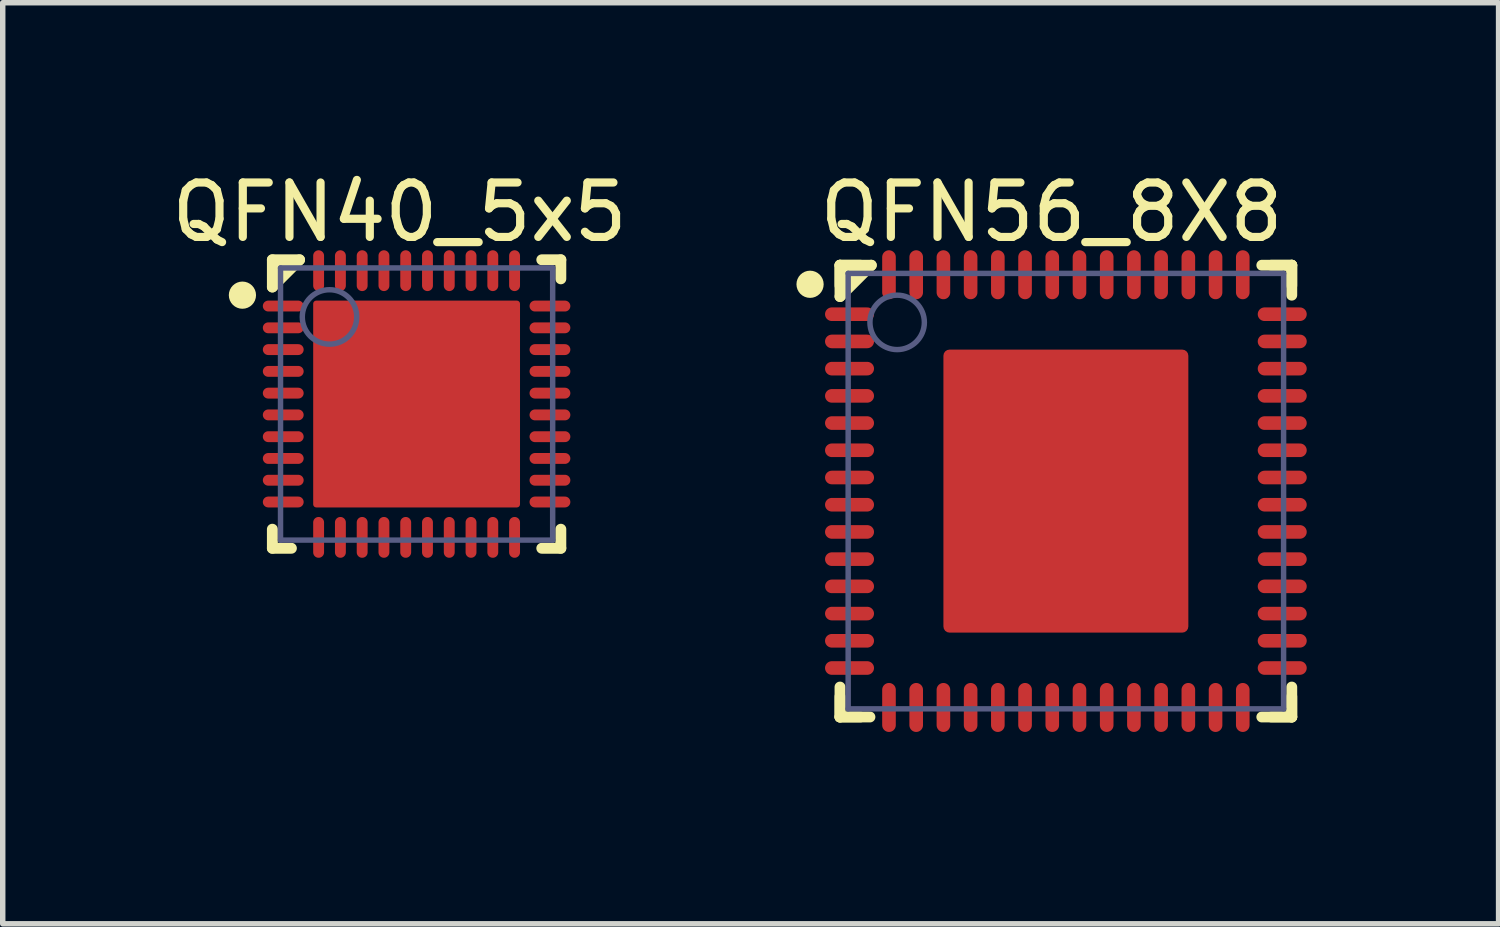
<source format=kicad_pcb>
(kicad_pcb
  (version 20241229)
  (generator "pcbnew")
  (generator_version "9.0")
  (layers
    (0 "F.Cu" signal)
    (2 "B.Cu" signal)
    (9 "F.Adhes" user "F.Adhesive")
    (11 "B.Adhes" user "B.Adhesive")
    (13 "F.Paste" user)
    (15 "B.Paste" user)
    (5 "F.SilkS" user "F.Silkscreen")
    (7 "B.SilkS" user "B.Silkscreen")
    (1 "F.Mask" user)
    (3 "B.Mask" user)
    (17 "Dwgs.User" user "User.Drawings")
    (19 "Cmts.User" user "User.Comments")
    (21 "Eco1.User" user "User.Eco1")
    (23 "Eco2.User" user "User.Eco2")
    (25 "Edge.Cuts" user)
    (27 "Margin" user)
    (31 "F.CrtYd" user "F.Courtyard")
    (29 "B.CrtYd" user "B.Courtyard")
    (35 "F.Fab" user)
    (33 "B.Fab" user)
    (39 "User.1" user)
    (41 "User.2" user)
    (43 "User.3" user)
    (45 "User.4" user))
  (footprint "QFN40_5x5"
    (layer "F.Cu")
    (at 4.604 4.373)
    (property "Reference" "QFN40_5x5" (at -0.312 -3.525 0) (layer "F.SilkS") (effects (font (size 1 1) (thickness 0.15))))
    (fp_line (start -2.65 -2.65) (end -2.15 -2.65) (stroke (width 0.2) (type solid)) (layer "F.SilkS"))
    (fp_line (start -2.65 -2.15) (end -2.65 -2.65) (stroke (width 0.2) (type solid)) (layer "F.SilkS"))
    (fp_line (start -2.65 -2.15) (end -2.15 -2.65) (stroke (width 0.2) (type solid)) (layer "F.SilkS"))
    (fp_line (start -2.65 2.65) (end -2.65 2.3) (stroke (width 0.2) (type solid)) (layer "F.SilkS"))
    (fp_line (start -2.65 2.65) (end -2.3 2.65) (stroke (width 0.2) (type solid)) (layer "F.SilkS"))
    (fp_line (start 2.3 -2.65) (end 2.65 -2.65) (stroke (width 0.2) (type solid)) (layer "F.SilkS"))
    (fp_line (start 2.3 2.65) (end 2.65 2.65) (stroke (width 0.2) (type solid)) (layer "F.SilkS"))
    (fp_line (start 2.65 -2.3) (end 2.65 -2.65) (stroke (width 0.2) (type solid)) (layer "F.SilkS"))
    (fp_line (start 2.65 2.65) (end 2.65 2.3) (stroke (width 0.2) (type solid)) (layer "F.SilkS"))
    (fp_circle (center -3.2 -2) (end -3.2 -2.125) (stroke (width 0.25) (type solid)) (fill no) (layer "F.SilkS"))
    (fp_poly (pts (xy -2.65 -2.65) (xy -2.15 -2.65) (xy -2.65 -2.15)) (stroke (width 0) (type default)) (fill yes) (layer "F.SilkS"))
    (fp_line (start -3.075 -3.075) (end 3.075 -3.075) (stroke (width 0.05) (type solid)) (layer "Eco2.User"))
    (fp_line (start -3.075 3.075) (end -3.075 -3.075) (stroke (width 0.05) (type solid)) (layer "Eco2.User"))
    (fp_line (start -3.075 3.075) (end 3.075 3.075) (stroke (width 0.05) (type solid)) (layer "Eco2.User"))
    (fp_line (start -0.5 0) (end 0.5 0) (stroke (width 0.1) (type solid)) (layer "Eco2.User"))
    (fp_line (start 0 0.5) (end 0 -0.5) (stroke (width 0.1) (type solid)) (layer "Eco2.User"))
    (fp_line (start 3.075 3.075) (end 3.075 -3.075) (stroke (width 0.05) (type solid)) (layer "Eco2.User"))
    (fp_line (start -2.5 -2.5) (end 2.5 -2.5) (stroke (width 0.1) (type solid)) (layer "B.Fab"))
    (fp_line (start -2.5 2.5) (end -2.5 -2.5) (stroke (width 0.1) (type solid)) (layer "B.Fab"))
    (fp_line (start -2.5 2.5) (end 2.5 2.5) (stroke (width 0.1) (type solid)) (layer "B.Fab"))
    (fp_line (start 2.5 2.5) (end 2.5 -2.5) (stroke (width 0.1) (type solid)) (layer "B.Fab"))
    (fp_circle (center -1.6 -1.6) (end -1.6 -2.1) (stroke (width 0.1) (type solid)) (fill no) (layer "B.Fab"))
    (pad "1" smd oval (at -2.45 -1.8 90) (size 0.2 0.75) (layers "F.Cu" "F.Mask" "F.Paste"))
    (pad "2" smd oval (at -2.45 -1.4 90) (size 0.2 0.75) (layers "F.Cu" "F.Mask" "F.Paste"))
    (pad "3" smd oval (at -2.45 -1 90) (size 0.2 0.75) (layers "F.Cu" "F.Mask" "F.Paste"))
    (pad "4" smd oval (at -2.45 -0.6 90) (size 0.2 0.75) (layers "F.Cu" "F.Mask" "F.Paste"))
    (pad "5" smd oval (at -2.45 -0.2 90) (size 0.2 0.75) (layers "F.Cu" "F.Mask" "F.Paste"))
    (pad "6" smd oval (at -2.45 0.2 90) (size 0.2 0.75) (layers "F.Cu" "F.Mask" "F.Paste"))
    (pad "7" smd oval (at -2.45 0.6 90) (size 0.2 0.75) (layers "F.Cu" "F.Mask" "F.Paste"))
    (pad "8" smd oval (at -2.45 1 90) (size 0.2 0.75) (layers "F.Cu" "F.Mask" "F.Paste"))
    (pad "9" smd oval (at -2.45 1.4 90) (size 0.2 0.75) (layers "F.Cu" "F.Mask" "F.Paste"))
    (pad "10" smd oval (at -2.45 1.8 90) (size 0.2 0.75) (layers "F.Cu" "F.Mask" "F.Paste"))
    (pad "11" smd oval (at -1.8 2.45) (size 0.2 0.75) (layers "F.Cu" "F.Mask" "F.Paste"))
    (pad "12" smd oval (at -1.4 2.45) (size 0.2 0.75) (layers "F.Cu" "F.Mask" "F.Paste"))
    (pad "13" smd oval (at -1 2.45) (size 0.2 0.75) (layers "F.Cu" "F.Mask" "F.Paste"))
    (pad "14" smd oval (at -0.6 2.45) (size 0.2 0.75) (layers "F.Cu" "F.Mask" "F.Paste"))
    (pad "15" smd oval (at -0.2 2.45) (size 0.2 0.75) (layers "F.Cu" "F.Mask" "F.Paste"))
    (pad "16" smd oval (at 0.2 2.45) (size 0.2 0.75) (layers "F.Cu" "F.Mask" "F.Paste"))
    (pad "17" smd oval (at 0.6 2.45) (size 0.2 0.75) (layers "F.Cu" "F.Mask" "F.Paste"))
    (pad "18" smd oval (at 1 2.45) (size 0.2 0.75) (layers "F.Cu" "F.Mask" "F.Paste"))
    (pad "19" smd oval (at 1.4 2.45) (size 0.2 0.75) (layers "F.Cu" "F.Mask" "F.Paste"))
    (pad "20" smd oval (at 1.8 2.45) (size 0.2 0.75) (layers "F.Cu" "F.Mask" "F.Paste"))
    (pad "21" smd oval (at 2.45 1.8 90) (size 0.2 0.75) (layers "F.Cu" "F.Mask" "F.Paste"))
    (pad "22" smd oval (at 2.45 1.4 90) (size 0.2 0.75) (layers "F.Cu" "F.Mask" "F.Paste"))
    (pad "23" smd oval (at 2.45 1 90) (size 0.2 0.75) (layers "F.Cu" "F.Mask" "F.Paste"))
    (pad "24" smd oval (at 2.45 0.6 90) (size 0.2 0.75) (layers "F.Cu" "F.Mask" "F.Paste"))
    (pad "25" smd oval (at 2.45 0.2 90) (size 0.2 0.75) (layers "F.Cu" "F.Mask" "F.Paste"))
    (pad "26" smd oval (at 2.45 -0.2 90) (size 0.2 0.75) (layers "F.Cu" "F.Mask" "F.Paste"))
    (pad "27" smd oval (at 2.45 -0.6 90) (size 0.2 0.75) (layers "F.Cu" "F.Mask" "F.Paste"))
    (pad "28" smd oval (at 2.45 -1 90) (size 0.2 0.75) (layers "F.Cu" "F.Mask" "F.Paste"))
    (pad "29" smd oval (at 2.45 -1.4 90) (size 0.2 0.75) (layers "F.Cu" "F.Mask" "F.Paste"))
    (pad "30" smd oval (at 2.45 -1.8 90) (size 0.2 0.75) (layers "F.Cu" "F.Mask" "F.Paste"))
    (pad "31" smd oval (at 1.8 -2.45) (size 0.2 0.75) (layers "F.Cu" "F.Mask" "F.Paste"))
    (pad "32" smd oval (at 1.4 -2.45) (size 0.2 0.75) (layers "F.Cu" "F.Mask" "F.Paste"))
    (pad "33" smd oval (at 1 -2.45) (size 0.2 0.75) (layers "F.Cu" "F.Mask" "F.Paste"))
    (pad "34" smd oval (at 0.6 -2.45) (size 0.2 0.75) (layers "F.Cu" "F.Mask" "F.Paste"))
    (pad "35" smd oval (at 0.2 -2.45) (size 0.2 0.75) (layers "F.Cu" "F.Mask" "F.Paste"))
    (pad "36" smd oval (at -0.2 -2.45) (size 0.2 0.75) (layers "F.Cu" "F.Mask" "F.Paste"))
    (pad "37" smd oval (at -0.6 -2.45) (size 0.2 0.75) (layers "F.Cu" "F.Mask" "F.Paste"))
    (pad "38" smd oval (at -1 -2.45) (size 0.2 0.75) (layers "F.Cu" "F.Mask" "F.Paste"))
    (pad "39" smd oval (at -1.4 -2.45) (size 0.2 0.75) (layers "F.Cu" "F.Mask" "F.Paste"))
    (pad "40" smd oval (at -1.8 -2.45) (size 0.2 0.75) (layers "F.Cu" "F.Mask" "F.Paste"))
    (pad "41" smd roundrect (at 0 0) (size 3.8 3.8) (layers "F.Cu" "F.Mask" "F.Paste") (roundrect_rratio 0.015)))
  (footprint "QFN56_8X8"
    (layer "F.Cu")
    (at 16.533 5.973)
    (property "Reference" "QFN56_8X8" (at -0.263 -5.125 0) (layer "F.SilkS") (effects (font (size 1 1) (thickness 0.15))))
    (fp_line (start -4.15 -4.15) (end -3.775 -4.15) (stroke (width 0.2) (type solid)) (layer "F.SilkS"))
    (fp_line (start -4.15 -4.15) (end -3.575 -4.15) (stroke (width 0.2) (type solid)) (layer "F.SilkS"))
    (fp_line (start -4.15 -3.775) (end -4.15 -4.15) (stroke (width 0.2) (type solid)) (layer "F.SilkS"))
    (fp_line (start -4.15 -3.575) (end -4.15 -4.15) (stroke (width 0.2) (type solid)) (layer "F.SilkS"))
    (fp_line (start -4.15 -3.575) (end -3.575 -4.15) (stroke (width 0.2) (type solid)) (layer "F.SilkS"))
    (fp_line (start -4.15 4.15) (end -4.15 3.6) (stroke (width 0.2) (type solid)) (layer "F.SilkS"))
    (fp_line (start -4.15 4.15) (end -4.15 3.775) (stroke (width 0.2) (type solid)) (layer "F.SilkS"))
    (fp_line (start -4.15 4.15) (end -3.775 4.15) (stroke (width 0.2) (type solid)) (layer "F.SilkS"))
    (fp_line (start -4.15 4.15) (end -3.6 4.15) (stroke (width 0.2) (type solid)) (layer "F.SilkS"))
    (fp_line (start 3.6 -4.15) (end 4.15 -4.15) (stroke (width 0.2) (type solid)) (layer "F.SilkS"))
    (fp_line (start 3.6 4.15) (end 4.15 4.15) (stroke (width 0.2) (type solid)) (layer "F.SilkS"))
    (fp_line (start 3.775 -4.15) (end 4.15 -4.15) (stroke (width 0.2) (type solid)) (layer "F.SilkS"))
    (fp_line (start 3.775 4.15) (end 4.15 4.15) (stroke (width 0.2) (type solid)) (layer "F.SilkS"))
    (fp_line (start 4.15 -3.775) (end 4.15 -4.15) (stroke (width 0.2) (type solid)) (layer "F.SilkS"))
    (fp_line (start 4.15 -3.6) (end 4.15 -4.15) (stroke (width 0.2) (type solid)) (layer "F.SilkS"))
    (fp_line (start 4.15 4.15) (end 4.15 3.6) (stroke (width 0.2) (type solid)) (layer "F.SilkS"))
    (fp_line (start 4.15 4.15) (end 4.15 3.775) (stroke (width 0.2) (type solid)) (layer "F.SilkS"))
    (fp_circle (center -4.7 -3.8) (end -4.7 -3.925) (stroke (width 0.25) (type solid)) (fill no) (layer "F.SilkS"))
    (fp_poly (pts (xy -4.15 -3.5) (xy -4.15 -4.15) (xy -3.5 -4.15)) (stroke (width 0) (type default)) (fill yes) (layer "F.SilkS"))
    (fp_line (start -4.925 -4.925) (end 4.925 -4.925) (stroke (width 0.05) (type solid)) (layer "Eco2.User"))
    (fp_line (start -4.925 4.925) (end -4.925 -4.925) (stroke (width 0.05) (type solid)) (layer "Eco2.User"))
    (fp_line (start -4.925 4.925) (end 4.925 4.925) (stroke (width 0.05) (type solid)) (layer "Eco2.User"))
    (fp_line (start -0.5 0) (end 0.5 0) (stroke (width 0.1) (type solid)) (layer "Eco2.User"))
    (fp_line (start 0 0.5) (end 0 -0.5) (stroke (width 0.1) (type solid)) (layer "Eco2.User"))
    (fp_line (start 4.925 4.925) (end 4.925 -4.925) (stroke (width 0.05) (type solid)) (layer "Eco2.User"))
    (fp_line (start -4 -4) (end 4 -4) (stroke (width 0.1) (type solid)) (layer "B.Fab"))
    (fp_line (start -4 4) (end -4 -4) (stroke (width 0.1) (type solid)) (layer "B.Fab"))
    (fp_line (start -4 4) (end 4 4) (stroke (width 0.1) (type solid)) (layer "B.Fab"))
    (fp_line (start 4 4) (end 4 -4) (stroke (width 0.1) (type solid)) (layer "B.Fab"))
    (fp_circle (center -3.1 -3.1) (end -3.1 -3.6) (stroke (width 0.1) (type solid)) (fill no) (layer "B.Fab"))
    (pad "1" smd oval (at -3.975 -3.25 90) (size 0.25 0.9) (layers "F.Cu" "F.Mask" "F.Paste"))
    (pad "2" smd oval (at -3.975 -2.75 90) (size 0.25 0.9) (layers "F.Cu" "F.Mask" "F.Paste"))
    (pad "3" smd oval (at -3.975 -2.25 90) (size 0.25 0.9) (layers "F.Cu" "F.Mask" "F.Paste"))
    (pad "4" smd oval (at -3.975 -1.75 90) (size 0.25 0.9) (layers "F.Cu" "F.Mask" "F.Paste"))
    (pad "5" smd oval (at -3.975 -1.25 90) (size 0.25 0.9) (layers "F.Cu" "F.Mask" "F.Paste"))
    (pad "6" smd oval (at -3.975 -0.75 90) (size 0.25 0.9) (layers "F.Cu" "F.Mask" "F.Paste"))
    (pad "7" smd oval (at -3.975 -0.25 90) (size 0.25 0.9) (layers "F.Cu" "F.Mask" "F.Paste"))
    (pad "8" smd oval (at -3.975 0.25 90) (size 0.25 0.9) (layers "F.Cu" "F.Mask" "F.Paste"))
    (pad "9" smd oval (at -3.975 0.75 90) (size 0.25 0.9) (layers "F.Cu" "F.Mask" "F.Paste"))
    (pad "10" smd oval (at -3.975 1.25 90) (size 0.25 0.9) (layers "F.Cu" "F.Mask" "F.Paste"))
    (pad "11" smd oval (at -3.975 1.75 90) (size 0.25 0.9) (layers "F.Cu" "F.Mask" "F.Paste"))
    (pad "12" smd oval (at -3.975 2.25 90) (size 0.25 0.9) (layers "F.Cu" "F.Mask" "F.Paste"))
    (pad "13" smd oval (at -3.975 2.75 90) (size 0.25 0.9) (layers "F.Cu" "F.Mask" "F.Paste"))
    (pad "14" smd oval (at -3.975 3.25 90) (size 0.25 0.9) (layers "F.Cu" "F.Mask" "F.Paste"))
    (pad "15" smd oval (at -3.25 3.975) (size 0.25 0.9) (layers "F.Cu" "F.Mask" "F.Paste"))
    (pad "16" smd oval (at -2.75 3.975) (size 0.25 0.9) (layers "F.Cu" "F.Mask" "F.Paste"))
    (pad "17" smd oval (at -2.25 3.975) (size 0.25 0.9) (layers "F.Cu" "F.Mask" "F.Paste"))
    (pad "18" smd oval (at -1.75 3.975) (size 0.25 0.9) (layers "F.Cu" "F.Mask" "F.Paste"))
    (pad "19" smd oval (at -1.25 3.975) (size 0.25 0.9) (layers "F.Cu" "F.Mask" "F.Paste"))
    (pad "20" smd oval (at -0.75 3.975) (size 0.25 0.9) (layers "F.Cu" "F.Mask" "F.Paste"))
    (pad "21" smd oval (at -0.25 3.975) (size 0.25 0.9) (layers "F.Cu" "F.Mask" "F.Paste"))
    (pad "22" smd oval (at 0.25 3.975) (size 0.25 0.9) (layers "F.Cu" "F.Mask" "F.Paste"))
    (pad "23" smd oval (at 0.75 3.975) (size 0.25 0.9) (layers "F.Cu" "F.Mask" "F.Paste"))
    (pad "24" smd oval (at 1.25 3.975) (size 0.25 0.9) (layers "F.Cu" "F.Mask" "F.Paste"))
    (pad "25" smd oval (at 1.75 3.975) (size 0.25 0.9) (layers "F.Cu" "F.Mask" "F.Paste"))
    (pad "26" smd oval (at 2.25 3.975) (size 0.25 0.9) (layers "F.Cu" "F.Mask" "F.Paste"))
    (pad "27" smd oval (at 2.75 3.975) (size 0.25 0.9) (layers "F.Cu" "F.Mask" "F.Paste"))
    (pad "28" smd oval (at 3.25 3.975) (size 0.25 0.9) (layers "F.Cu" "F.Mask" "F.Paste"))
    (pad "29" smd oval (at 3.975 3.25 90) (size 0.25 0.9) (layers "F.Cu" "F.Mask" "F.Paste"))
    (pad "30" smd oval (at 3.975 2.75 90) (size 0.25 0.9) (layers "F.Cu" "F.Mask" "F.Paste"))
    (pad "31" smd oval (at 3.975 2.25 90) (size 0.25 0.9) (layers "F.Cu" "F.Mask" "F.Paste"))
    (pad "32" smd oval (at 3.975 1.75 90) (size 0.25 0.9) (layers "F.Cu" "F.Mask" "F.Paste"))
    (pad "33" smd oval (at 3.975 1.25 90) (size 0.25 0.9) (layers "F.Cu" "F.Mask" "F.Paste"))
    (pad "34" smd oval (at 3.975 0.75 90) (size 0.25 0.9) (layers "F.Cu" "F.Mask" "F.Paste"))
    (pad "35" smd oval (at 3.975 0.25 90) (size 0.25 0.9) (layers "F.Cu" "F.Mask" "F.Paste"))
    (pad "36" smd oval (at 3.975 -0.25 90) (size 0.25 0.9) (layers "F.Cu" "F.Mask" "F.Paste"))
    (pad "37" smd oval (at 3.975 -0.75 90) (size 0.25 0.9) (layers "F.Cu" "F.Mask" "F.Paste"))
    (pad "38" smd oval (at 3.975 -1.25 90) (size 0.25 0.9) (layers "F.Cu" "F.Mask" "F.Paste"))
    (pad "39" smd oval (at 3.975 -1.75 90) (size 0.25 0.9) (layers "F.Cu" "F.Mask" "F.Paste"))
    (pad "40" smd oval (at 3.975 -2.25 90) (size 0.25 0.9) (layers "F.Cu" "F.Mask" "F.Paste"))
    (pad "41" smd oval (at 3.975 -2.75 90) (size 0.25 0.9) (layers "F.Cu" "F.Mask" "F.Paste"))
    (pad "42" smd oval (at 3.975 -3.25 90) (size 0.25 0.9) (layers "F.Cu" "F.Mask" "F.Paste"))
    (pad "43" smd oval (at 3.25 -3.975) (size 0.25 0.9) (layers "F.Cu" "F.Mask" "F.Paste"))
    (pad "44" smd oval (at 2.75 -3.975) (size 0.25 0.9) (layers "F.Cu" "F.Mask" "F.Paste"))
    (pad "45" smd oval (at 2.25 -3.975) (size 0.25 0.9) (layers "F.Cu" "F.Mask" "F.Paste"))
    (pad "46" smd oval (at 1.75 -3.975) (size 0.25 0.9) (layers "F.Cu" "F.Mask" "F.Paste"))
    (pad "47" smd oval (at 1.25 -3.975) (size 0.25 0.9) (layers "F.Cu" "F.Mask" "F.Paste"))
    (pad "48" smd oval (at 0.75 -3.975) (size 0.25 0.9) (layers "F.Cu" "F.Mask" "F.Paste"))
    (pad "49" smd oval (at 0.25 -3.975) (size 0.25 0.9) (layers "F.Cu" "F.Mask" "F.Paste"))
    (pad "50" smd oval (at -0.25 -3.975) (size 0.25 0.9) (layers "F.Cu" "F.Mask" "F.Paste"))
    (pad "51" smd oval (at -0.75 -3.975) (size 0.25 0.9) (layers "F.Cu" "F.Mask" "F.Paste"))
    (pad "52" smd oval (at -1.25 -3.975) (size 0.25 0.9) (layers "F.Cu" "F.Mask" "F.Paste"))
    (pad "53" smd oval (at -1.75 -3.975) (size 0.25 0.9) (layers "F.Cu" "F.Mask" "F.Paste"))
    (pad "54" smd oval (at -2.25 -3.975) (size 0.25 0.9) (layers "F.Cu" "F.Mask" "F.Paste"))
    (pad "55" smd oval (at -2.75 -3.975) (size 0.25 0.9) (layers "F.Cu" "F.Mask" "F.Paste"))
    (pad "56" smd oval (at -3.25 -3.975) (size 0.25 0.9) (layers "F.Cu" "F.Mask" "F.Paste"))
    (pad "57" smd roundrect (at 0 0) (size 4.5 5.2) (layers "F.Cu" "F.Mask" "F.Paste") (roundrect_rratio 0.025)))
  (gr_rect
    (start -3 -3)
    (end 24.483 13.923)
    (stroke (width 0.1) (type default))
    (fill no)
    (layer "Edge.Cuts")))
</source>
